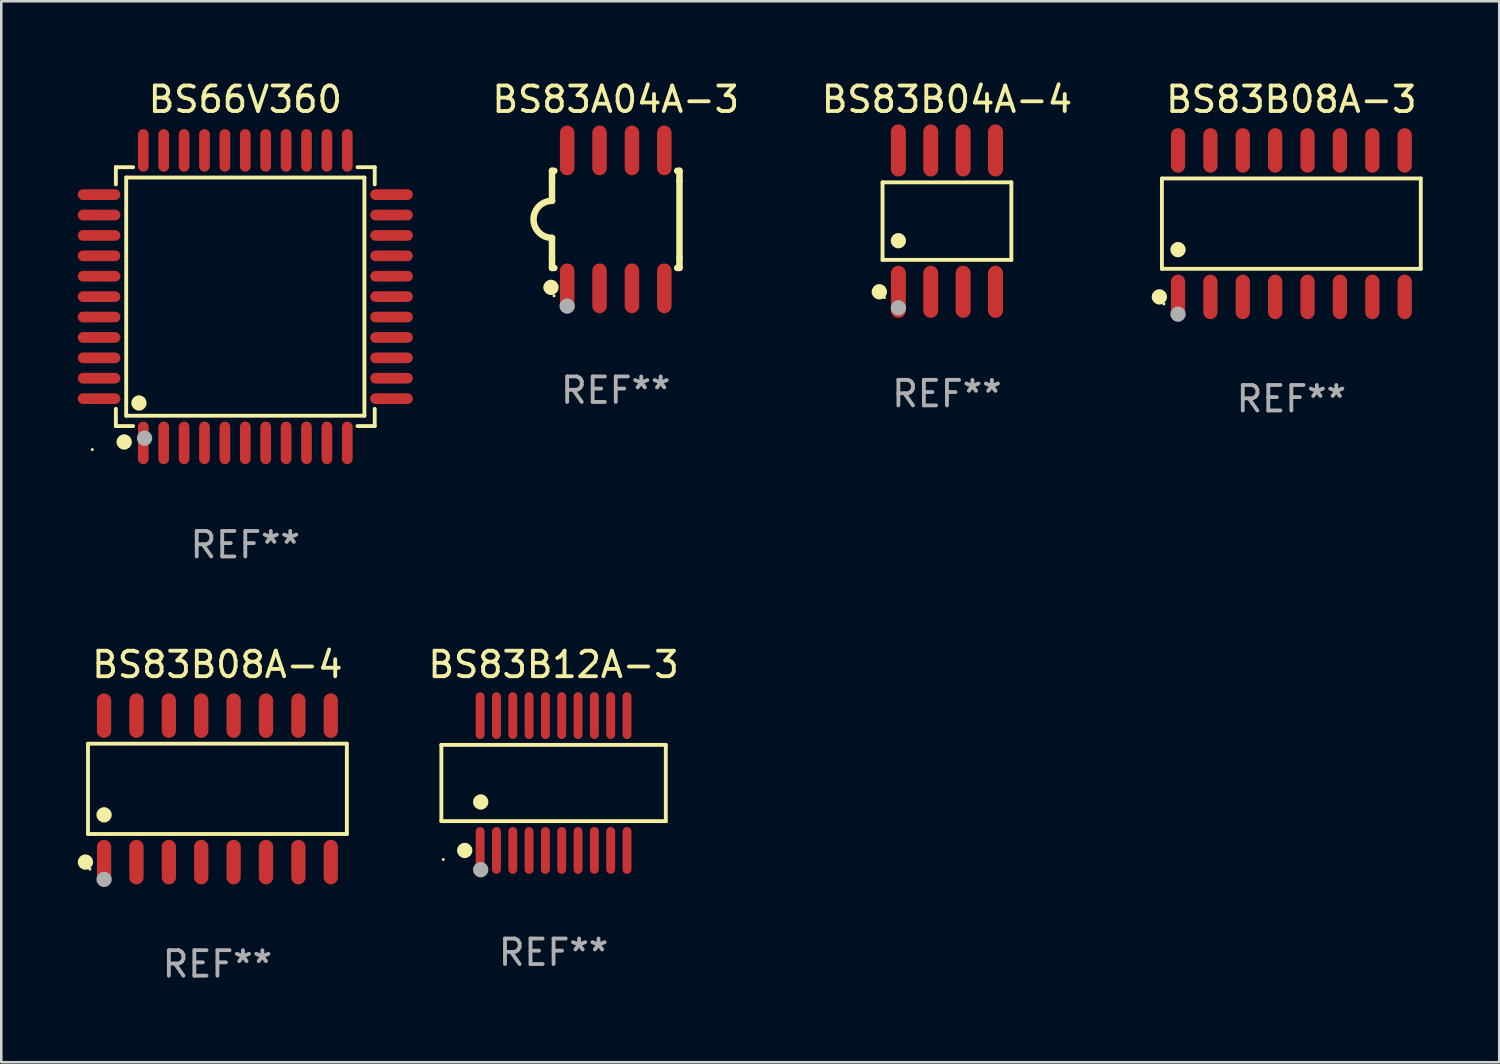
<source format=kicad_pcb>
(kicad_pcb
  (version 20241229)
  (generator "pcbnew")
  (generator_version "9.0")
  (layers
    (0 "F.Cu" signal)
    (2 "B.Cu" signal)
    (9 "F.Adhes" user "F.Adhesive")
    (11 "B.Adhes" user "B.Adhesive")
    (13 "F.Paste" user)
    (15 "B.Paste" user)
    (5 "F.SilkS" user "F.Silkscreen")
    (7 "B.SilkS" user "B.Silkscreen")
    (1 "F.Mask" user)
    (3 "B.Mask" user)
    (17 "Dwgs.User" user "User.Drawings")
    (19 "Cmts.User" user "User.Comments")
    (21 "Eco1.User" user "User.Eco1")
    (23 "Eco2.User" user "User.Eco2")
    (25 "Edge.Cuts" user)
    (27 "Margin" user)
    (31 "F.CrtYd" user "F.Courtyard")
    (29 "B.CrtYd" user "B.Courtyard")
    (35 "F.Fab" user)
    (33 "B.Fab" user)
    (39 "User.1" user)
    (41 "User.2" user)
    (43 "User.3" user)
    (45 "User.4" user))
  (footprint "BS83B08A-3"
    (layer "F.Cu")
    (at 47.594 5.721)
    (property "Reference" "BS83B08A-3" (at 0 -4.872 0) (layer "F.SilkS") (effects (font (size 1 1) (thickness 0.15))))
    (attr through_hole)
    (fp_line (start -5.076 -1.771) (end 5.076 -1.771) (stroke (width 0.152) (type solid)) (layer "F.SilkS"))
    (fp_line (start -5.076 1.771) (end -5.076 -1.771) (stroke (width 0.152) (type solid)) (layer "F.SilkS"))
    (fp_line (start 5.076 -1.771) (end 5.076 1.771) (stroke (width 0.152) (type solid)) (layer "F.SilkS"))
    (fp_line (start 5.076 1.771) (end -5.076 1.771) (stroke (width 0.152) (type solid)) (layer "F.SilkS"))
    (fp_circle (center -5.177 2.872) (end -5.027 2.872) (stroke (width 0.3) (type solid)) (fill no) (layer "F.SilkS"))
    (fp_circle (center -5 3.15) (end -4.97 3.15) (stroke (width 0.06) (type solid)) (fill no) (layer "F.SilkS"))
    (fp_circle (center -4.445 1.019) (end -4.295 1.019) (stroke (width 0.3) (type solid)) (fill no) (layer "F.SilkS"))
    (fp_circle (center -4.445 3.55) (end -4.295 3.55) (stroke (width 0.3) (type solid)) (fill no) (layer "F.Fab"))
    (fp_text user "REF**" (at 0 6.872 0) (layer "F.Fab") (effects (font (size 1 1) (thickness 0.15))))
    (pad "1" smd oval (at -4.445 2.872) (size 0.56 1.745) (layers "F.Cu" "F.Mask" "F.Paste"))
    (pad "2" smd oval (at -3.175 2.872) (size 0.56 1.745) (layers "F.Cu" "F.Mask" "F.Paste"))
    (pad "3" smd oval (at -1.905 2.872) (size 0.56 1.745) (layers "F.Cu" "F.Mask" "F.Paste"))
    (pad "4" smd oval (at -0.635 2.872) (size 0.56 1.745) (layers "F.Cu" "F.Mask" "F.Paste"))
    (pad "5" smd oval (at 0.635 2.872) (size 0.56 1.745) (layers "F.Cu" "F.Mask" "F.Paste"))
    (pad "6" smd oval (at 1.905 2.872) (size 0.56 1.745) (layers "F.Cu" "F.Mask" "F.Paste"))
    (pad "7" smd oval (at 3.175 2.872) (size 0.56 1.745) (layers "F.Cu" "F.Mask" "F.Paste"))
    (pad "8" smd oval (at 4.445 2.872) (size 0.56 1.745) (layers "F.Cu" "F.Mask" "F.Paste"))
    (pad "9" smd oval (at 4.445 -2.872) (size 0.56 1.745) (layers "F.Cu" "F.Mask" "F.Paste"))
    (pad "10" smd oval (at 3.175 -2.872) (size 0.56 1.745) (layers "F.Cu" "F.Mask" "F.Paste"))
    (pad "11" smd oval (at 1.905 -2.872) (size 0.56 1.745) (layers "F.Cu" "F.Mask" "F.Paste"))
    (pad "12" smd oval (at 0.635 -2.872) (size 0.56 1.745) (layers "F.Cu" "F.Mask" "F.Paste"))
    (pad "13" smd oval (at -0.635 -2.872) (size 0.56 1.745) (layers "F.Cu" "F.Mask" "F.Paste"))
    (pad "14" smd oval (at -1.905 -2.872) (size 0.56 1.745) (layers "F.Cu" "F.Mask" "F.Paste"))
    (pad "15" smd oval (at -3.175 -2.872) (size 0.56 1.745) (layers "F.Cu" "F.Mask" "F.Paste"))
    (pad "16" smd oval (at -4.445 -2.872) (size 0.56 1.745) (layers "F.Cu" "F.Mask" "F.Paste")))
  (footprint "BS83B08A-4"
    (layer "F.Cu")
    (at 5.477 27.887)
    (property "Reference" "BS83B08A-4" (at 0 -4.872 0) (layer "F.SilkS") (effects (font (size 1 1) (thickness 0.15))))
    (attr through_hole)
    (fp_line (start -5.076 -1.771) (end 5.076 -1.771) (stroke (width 0.152) (type solid)) (layer "F.SilkS"))
    (fp_line (start -5.076 1.771) (end -5.076 -1.771) (stroke (width 0.152) (type solid)) (layer "F.SilkS"))
    (fp_line (start 5.076 -1.771) (end 5.076 1.771) (stroke (width 0.152) (type solid)) (layer "F.SilkS"))
    (fp_line (start 5.076 1.771) (end -5.076 1.771) (stroke (width 0.152) (type solid)) (layer "F.SilkS"))
    (fp_circle (center -5.177 2.872) (end -5.027 2.872) (stroke (width 0.3) (type solid)) (fill no) (layer "F.SilkS"))
    (fp_circle (center -5 3.15) (end -4.97 3.15) (stroke (width 0.06) (type solid)) (fill no) (layer "F.SilkS"))
    (fp_circle (center -4.445 1.019) (end -4.295 1.019) (stroke (width 0.3) (type solid)) (fill no) (layer "F.SilkS"))
    (fp_circle (center -4.445 3.55) (end -4.295 3.55) (stroke (width 0.3) (type solid)) (fill no) (layer "F.Fab"))
    (fp_text user "REF**" (at 0 6.872 0) (layer "F.Fab") (effects (font (size 1 1) (thickness 0.15))))
    (pad "1" smd oval (at -4.445 2.872) (size 0.56 1.745) (layers "F.Cu" "F.Mask" "F.Paste"))
    (pad "2" smd oval (at -3.175 2.872) (size 0.56 1.745) (layers "F.Cu" "F.Mask" "F.Paste"))
    (pad "3" smd oval (at -1.905 2.872) (size 0.56 1.745) (layers "F.Cu" "F.Mask" "F.Paste"))
    (pad "4" smd oval (at -0.635 2.872) (size 0.56 1.745) (layers "F.Cu" "F.Mask" "F.Paste"))
    (pad "5" smd oval (at 0.635 2.872) (size 0.56 1.745) (layers "F.Cu" "F.Mask" "F.Paste"))
    (pad "6" smd oval (at 1.905 2.872) (size 0.56 1.745) (layers "F.Cu" "F.Mask" "F.Paste"))
    (pad "7" smd oval (at 3.175 2.872) (size 0.56 1.745) (layers "F.Cu" "F.Mask" "F.Paste"))
    (pad "8" smd oval (at 4.445 2.872) (size 0.56 1.745) (layers "F.Cu" "F.Mask" "F.Paste"))
    (pad "9" smd oval (at 4.445 -2.872) (size 0.56 1.745) (layers "F.Cu" "F.Mask" "F.Paste"))
    (pad "10" smd oval (at 3.175 -2.872) (size 0.56 1.745) (layers "F.Cu" "F.Mask" "F.Paste"))
    (pad "11" smd oval (at 1.905 -2.872) (size 0.56 1.745) (layers "F.Cu" "F.Mask" "F.Paste"))
    (pad "12" smd oval (at 0.635 -2.872) (size 0.56 1.745) (layers "F.Cu" "F.Mask" "F.Paste"))
    (pad "13" smd oval (at -0.635 -2.872) (size 0.56 1.745) (layers "F.Cu" "F.Mask" "F.Paste"))
    (pad "14" smd oval (at -1.905 -2.872) (size 0.56 1.745) (layers "F.Cu" "F.Mask" "F.Paste"))
    (pad "15" smd oval (at -3.175 -2.872) (size 0.56 1.745) (layers "F.Cu" "F.Mask" "F.Paste"))
    (pad "16" smd oval (at -4.445 -2.872) (size 0.56 1.745) (layers "F.Cu" "F.Mask" "F.Paste")))
  (footprint "BS83A04A-3"
    (layer "F.Cu")
    (at 21.098 5.553)
    (property "Reference" "BS83A04A-3" (at 0 -4.705 0) (layer "F.SilkS") (effects (font (size 1 1) (thickness 0.15))))
    (attr through_hole)
    (fp_line (start -2.5 -1.905) (end -2.409 -1.905) (stroke (width 0.254) (type solid)) (layer "F.SilkS"))
    (fp_line (start -2.5 -1.5) (end -2.5 -1.905) (stroke (width 0.254) (type solid)) (layer "F.SilkS"))
    (fp_line (start -2.5 -1.5) (end -2.5 -0.726) (stroke (width 0.254) (type solid)) (layer "F.SilkS"))
    (fp_line (start -2.5 1.5) (end -2.5 0.727) (stroke (width 0.254) (type solid)) (layer "F.SilkS"))
    (fp_line (start -2.5 1.5) (end -2.5 1.905) (stroke (width 0.254) (type solid)) (layer "F.SilkS"))
    (fp_line (start -2.5 1.905) (end -2.409 1.905) (stroke (width 0.254) (type solid)) (layer "F.SilkS"))
    (fp_line (start 2.5 -1.905) (end 2.409 -1.905) (stroke (width 0.254) (type solid)) (layer "F.SilkS"))
    (fp_line (start 2.5 -1.5) (end 2.5 -1.905) (stroke (width 0.254) (type solid)) (layer "F.SilkS"))
    (fp_line (start 2.5 -1.5) (end 2.5 1.5) (stroke (width 0.254) (type solid)) (layer "F.SilkS"))
    (fp_line (start 2.5 1.5) (end 2.5 1.905) (stroke (width 0.254) (type solid)) (layer "F.SilkS"))
    (fp_line (start 2.5 1.905) (end 2.409 1.905) (stroke (width 0.254) (type solid)) (layer "F.SilkS"))
    (fp_arc (start -2.5 0.726568) (mid -3.220316 -0.0023) (end -2.495097 -0.726289) (stroke (width 0.254001) (type solid)) (layer "F.SilkS"))
    (fp_circle (center -2.54 2.667) (end -2.39 2.667) (stroke (width 0.3) (type solid)) (fill no) (layer "F.SilkS"))
    (fp_circle (center -2.42 3) (end -2.39 3) (stroke (width 0.06) (type solid)) (fill no) (layer "F.SilkS"))
    (fp_circle (center -1.905 3.4) (end -1.755 3.4) (stroke (width 0.3) (type solid)) (fill no) (layer "F.Fab"))
    (fp_text user "REF**" (at 0 6.705 0) (layer "F.Fab") (effects (font (size 1 1) (thickness 0.15))))
    (pad "1" smd oval (at -1.905 2.705) (size 0.568 1.95) (layers "F.Cu" "F.Mask" "F.Paste"))
    (pad "2" smd oval (at -0.635 2.705) (size 0.568 1.95) (layers "F.Cu" "F.Mask" "F.Paste"))
    (pad "3" smd oval (at 0.635 2.705) (size 0.568 1.95) (layers "F.Cu" "F.Mask" "F.Paste"))
    (pad "4" smd oval (at 1.905 2.705) (size 0.568 1.95) (layers "F.Cu" "F.Mask" "F.Paste"))
    (pad "5" smd oval (at 1.905 -2.705) (size 0.568 1.95) (layers "F.Cu" "F.Mask" "F.Paste"))
    (pad "6" smd oval (at 0.635 -2.705) (size 0.568 1.95) (layers "F.Cu" "F.Mask" "F.Paste"))
    (pad "7" smd oval (at -0.635 -2.705) (size 0.568 1.95) (layers "F.Cu" "F.Mask" "F.Paste"))
    (pad "8" smd oval (at -1.905 -2.705) (size 0.568 1.95) (layers "F.Cu" "F.Mask" "F.Paste")))
  (footprint "BS83B12A-3"
    (layer "F.Cu")
    (at 18.66 27.658)
    (property "Reference" "BS83B12A-3" (at 0 -4.644 0) (layer "F.SilkS") (effects (font (size 1 1) (thickness 0.15))))
    (attr through_hole)
    (fp_line (start -4.401 -1.497) (end 4.401 -1.497) (stroke (width 0.152) (type solid)) (layer "F.SilkS"))
    (fp_line (start -4.401 1.496) (end -4.401 -1.497) (stroke (width 0.152) (type solid)) (layer "F.SilkS"))
    (fp_line (start 4.401 -1.497) (end 4.401 1.496) (stroke (width 0.152) (type solid)) (layer "F.SilkS"))
    (fp_line (start 4.401 1.496) (end -4.401 1.496) (stroke (width 0.152) (type solid)) (layer "F.SilkS"))
    (fp_circle (center -4.325 3) (end -4.295 3) (stroke (width 0.06) (type solid)) (fill no) (layer "F.SilkS"))
    (fp_circle (center -3.485 2.644) (end -3.335 2.644) (stroke (width 0.3) (type solid)) (fill no) (layer "F.SilkS"))
    (fp_circle (center -2.858 0.744) (end -2.707 0.744) (stroke (width 0.3) (type solid)) (fill no) (layer "F.SilkS"))
    (fp_circle (center -2.858 3.4) (end -2.707 3.4) (stroke (width 0.3) (type solid)) (fill no) (layer "F.Fab"))
    (fp_text user "REF**" (at 0 6.644 0) (layer "F.Fab") (effects (font (size 1 1) (thickness 0.15))))
    (pad "1" smd oval (at -2.88 2.644) (size 0.35 1.837) (layers "F.Cu" "F.Mask" "F.Paste"))
    (pad "2" smd oval (at -2.24 2.644) (size 0.35 1.837) (layers "F.Cu" "F.Mask" "F.Paste"))
    (pad "3" smd oval (at -1.6 2.644) (size 0.35 1.837) (layers "F.Cu" "F.Mask" "F.Paste"))
    (pad "4" smd oval (at -0.96 2.644) (size 0.35 1.837) (layers "F.Cu" "F.Mask" "F.Paste"))
    (pad "5" smd oval (at -0.32 2.644) (size 0.35 1.837) (layers "F.Cu" "F.Mask" "F.Paste"))
    (pad "6" smd oval (at 0.32 2.644) (size 0.35 1.837) (layers "F.Cu" "F.Mask" "F.Paste"))
    (pad "7" smd oval (at 0.96 2.644) (size 0.35 1.837) (layers "F.Cu" "F.Mask" "F.Paste"))
    (pad "8" smd oval (at 1.6 2.644) (size 0.35 1.837) (layers "F.Cu" "F.Mask" "F.Paste"))
    (pad "9" smd oval (at 2.24 2.644) (size 0.35 1.837) (layers "F.Cu" "F.Mask" "F.Paste"))
    (pad "10" smd oval (at 2.88 2.644) (size 0.35 1.837) (layers "F.Cu" "F.Mask" "F.Paste"))
    (pad "11" smd oval (at 2.88 -2.644 180) (size 0.35 1.837) (layers "F.Cu" "F.Mask" "F.Paste"))
    (pad "12" smd oval (at 2.24 -2.644 180) (size 0.35 1.837) (layers "F.Cu" "F.Mask" "F.Paste"))
    (pad "13" smd oval (at 1.6 -2.644 180) (size 0.35 1.837) (layers "F.Cu" "F.Mask" "F.Paste"))
    (pad "14" smd oval (at 0.96 -2.644 180) (size 0.35 1.837) (layers "F.Cu" "F.Mask" "F.Paste"))
    (pad "15" smd oval (at 0.32 -2.644 180) (size 0.35 1.837) (layers "F.Cu" "F.Mask" "F.Paste"))
    (pad "16" smd oval (at -0.32 -2.644 180) (size 0.35 1.837) (layers "F.Cu" "F.Mask" "F.Paste"))
    (pad "17" smd oval (at -0.96 -2.644 180) (size 0.35 1.837) (layers "F.Cu" "F.Mask" "F.Paste"))
    (pad "18" smd oval (at -1.6 -2.644 180) (size 0.35 1.837) (layers "F.Cu" "F.Mask" "F.Paste"))
    (pad "19" smd oval (at -2.24 -2.644 180) (size 0.35 1.837) (layers "F.Cu" "F.Mask" "F.Paste"))
    (pad "20" smd oval (at -2.88 -2.644 180) (size 0.35 1.837) (layers "F.Cu" "F.Mask" "F.Paste")))
  (footprint "BS83B04A-4"
    (layer "F.Cu")
    (at 34.087 5.621)
    (property "Reference" "BS83B04A-4" (at 0 -4.772 0) (layer "F.SilkS") (effects (font (size 1 1) (thickness 0.15))))
    (attr through_hole)
    (fp_line (start -2.526 -1.521) (end 2.526 -1.521) (stroke (width 0.152) (type solid)) (layer "F.SilkS"))
    (fp_line (start -2.526 1.521) (end -2.526 -1.521) (stroke (width 0.152) (type solid)) (layer "F.SilkS"))
    (fp_line (start 2.526 -1.521) (end 2.526 1.521) (stroke (width 0.152) (type solid)) (layer "F.SilkS"))
    (fp_line (start 2.526 1.521) (end -2.526 1.521) (stroke (width 0.152) (type solid)) (layer "F.SilkS"))
    (fp_circle (center -2.652 2.772) (end -2.501 2.772) (stroke (width 0.3) (type solid)) (fill no) (layer "F.SilkS"))
    (fp_circle (center -2.45 3) (end -2.42 3) (stroke (width 0.06) (type solid)) (fill no) (layer "F.SilkS"))
    (fp_circle (center -1.905 0.769) (end -1.755 0.769) (stroke (width 0.3) (type solid)) (fill no) (layer "F.SilkS"))
    (fp_circle (center -1.905 3.4) (end -1.755 3.4) (stroke (width 0.3) (type solid)) (fill no) (layer "F.Fab"))
    (fp_text user "REF**" (at 0 6.772 0) (layer "F.Fab") (effects (font (size 1 1) (thickness 0.15))))
    (pad "1" smd oval (at -1.905 2.772) (size 0.588 2.045) (layers "F.Cu" "F.Mask" "F.Paste"))
    (pad "2" smd oval (at -0.635 2.772) (size 0.588 2.045) (layers "F.Cu" "F.Mask" "F.Paste"))
    (pad "3" smd oval (at 0.635 2.772) (size 0.588 2.045) (layers "F.Cu" "F.Mask" "F.Paste"))
    (pad "4" smd oval (at 1.905 2.772) (size 0.588 2.045) (layers "F.Cu" "F.Mask" "F.Paste"))
    (pad "5" smd oval (at 1.905 -2.772) (size 0.588 2.045) (layers "F.Cu" "F.Mask" "F.Paste"))
    (pad "6" smd oval (at 0.635 -2.772) (size 0.588 2.045) (layers "F.Cu" "F.Mask" "F.Paste"))
    (pad "7" smd oval (at -0.635 -2.772) (size 0.588 2.045) (layers "F.Cu" "F.Mask" "F.Paste"))
    (pad "8" smd oval (at -1.905 -2.772) (size 0.588 2.045) (layers "F.Cu" "F.Mask" "F.Paste")))
  (footprint "BS66V360"
    (layer "F.Cu")
    (at 6.57 8.583)
    (property "Reference" "BS66V360" (at 0 -7.735 0) (layer "F.SilkS") (effects (font (size 1 1) (thickness 0.15))))
    (attr through_hole)
    (fp_line (start -5.076 -5.076) (end -4.401 -5.076) (stroke (width 0.152) (type solid)) (layer "F.SilkS"))
    (fp_line (start -5.076 -4.401) (end -5.076 -5.076) (stroke (width 0.152) (type solid)) (layer "F.SilkS"))
    (fp_line (start -5.076 4.401) (end -5.076 5.076) (stroke (width 0.152) (type solid)) (layer "F.SilkS"))
    (fp_line (start -5.076 5.076) (end -4.401 5.076) (stroke (width 0.152) (type solid)) (layer "F.SilkS"))
    (fp_line (start -4.671 -4.671) (end 4.671 -4.671) (stroke (width 0.152) (type solid)) (layer "F.SilkS"))
    (fp_line (start -4.671 4.671) (end -4.671 -4.671) (stroke (width 0.152) (type solid)) (layer "F.SilkS"))
    (fp_line (start 4.671 -4.671) (end 4.671 4.671) (stroke (width 0.152) (type solid)) (layer "F.SilkS"))
    (fp_line (start 4.671 4.671) (end -4.671 4.671) (stroke (width 0.152) (type solid)) (layer "F.SilkS"))
    (fp_line (start 5.076 -5.076) (end 4.401 -5.076) (stroke (width 0.152) (type solid)) (layer "F.SilkS"))
    (fp_line (start 5.076 -4.401) (end 5.076 -5.076) (stroke (width 0.152) (type solid)) (layer "F.SilkS"))
    (fp_line (start 5.076 4.401) (end 5.076 5.076) (stroke (width 0.152) (type solid)) (layer "F.SilkS"))
    (fp_line (start 5.076 5.076) (end 4.401 5.076) (stroke (width 0.152) (type solid)) (layer "F.SilkS"))
    (fp_circle (center -6 6) (end -5.97 6) (stroke (width 0.06) (type solid)) (fill no) (layer "F.SilkS"))
    (fp_circle (center -4.75 5.7) (end -4.6 5.7) (stroke (width 0.3) (type solid)) (fill no) (layer "F.SilkS"))
    (fp_circle (center -4.171 4.171) (end -4.021 4.171) (stroke (width 0.3) (type solid)) (fill no) (layer "F.SilkS"))
    (fp_circle (center -3.95 5.55) (end -3.8 5.55) (stroke (width 0.3) (type solid)) (fill no) (layer "F.Fab"))
    (fp_text user "REF**" (at 0 9.735 0) (layer "F.Fab") (effects (font (size 1 1) (thickness 0.15))))
    (pad "1" smd oval (at -4 5.735) (size 0.42 1.67) (layers "F.Cu" "F.Mask" "F.Paste"))
    (pad "2" smd oval (at -3.2 5.735) (size 0.42 1.67) (layers "F.Cu" "F.Mask" "F.Paste"))
    (pad "3" smd oval (at -2.4 5.735) (size 0.42 1.67) (layers "F.Cu" "F.Mask" "F.Paste"))
    (pad "4" smd oval (at -1.6 5.735) (size 0.42 1.67) (layers "F.Cu" "F.Mask" "F.Paste"))
    (pad "5" smd oval (at -0.8 5.735) (size 0.42 1.67) (layers "F.Cu" "F.Mask" "F.Paste"))
    (pad "6" smd oval (at 0 5.735) (size 0.42 1.67) (layers "F.Cu" "F.Mask" "F.Paste"))
    (pad "7" smd oval (at 0.8 5.735) (size 0.42 1.67) (layers "F.Cu" "F.Mask" "F.Paste"))
    (pad "8" smd oval (at 1.6 5.735) (size 0.42 1.67) (layers "F.Cu" "F.Mask" "F.Paste"))
    (pad "9" smd oval (at 2.4 5.735) (size 0.42 1.67) (layers "F.Cu" "F.Mask" "F.Paste"))
    (pad "10" smd oval (at 3.2 5.735) (size 0.42 1.67) (layers "F.Cu" "F.Mask" "F.Paste"))
    (pad "11" smd oval (at 4 5.735) (size 0.42 1.67) (layers "F.Cu" "F.Mask" "F.Paste"))
    (pad "12" smd oval (at 5.735 4) (size 1.67 0.42) (layers "F.Cu" "F.Mask" "F.Paste"))
    (pad "13" smd oval (at 5.735 3.2) (size 1.67 0.42) (layers "F.Cu" "F.Mask" "F.Paste"))
    (pad "14" smd oval (at 5.735 2.4) (size 1.67 0.42) (layers "F.Cu" "F.Mask" "F.Paste"))
    (pad "15" smd oval (at 5.735 1.6) (size 1.67 0.42) (layers "F.Cu" "F.Mask" "F.Paste"))
    (pad "16" smd oval (at 5.735 0.8) (size 1.67 0.42) (layers "F.Cu" "F.Mask" "F.Paste"))
    (pad "17" smd oval (at 5.735 0) (size 1.67 0.42) (layers "F.Cu" "F.Mask" "F.Paste"))
    (pad "18" smd oval (at 5.735 -0.8) (size 1.67 0.42) (layers "F.Cu" "F.Mask" "F.Paste"))
    (pad "19" smd oval (at 5.735 -1.6) (size 1.67 0.42) (layers "F.Cu" "F.Mask" "F.Paste"))
    (pad "20" smd oval (at 5.735 -2.4) (size 1.67 0.42) (layers "F.Cu" "F.Mask" "F.Paste"))
    (pad "21" smd oval (at 5.735 -3.2) (size 1.67 0.42) (layers "F.Cu" "F.Mask" "F.Paste"))
    (pad "22" smd oval (at 5.735 -4) (size 1.67 0.42) (layers "F.Cu" "F.Mask" "F.Paste"))
    (pad "23" smd oval (at 4 -5.735) (size 0.42 1.67) (layers "F.Cu" "F.Mask" "F.Paste"))
    (pad "24" smd oval (at 3.2 -5.735) (size 0.42 1.67) (layers "F.Cu" "F.Mask" "F.Paste"))
    (pad "25" smd oval (at 2.4 -5.735) (size 0.42 1.67) (layers "F.Cu" "F.Mask" "F.Paste"))
    (pad "26" smd oval (at 1.6 -5.735) (size 0.42 1.67) (layers "F.Cu" "F.Mask" "F.Paste"))
    (pad "27" smd oval (at 0.8 -5.735) (size 0.42 1.67) (layers "F.Cu" "F.Mask" "F.Paste"))
    (pad "28" smd oval (at 0 -5.735) (size 0.42 1.67) (layers "F.Cu" "F.Mask" "F.Paste"))
    (pad "29" smd oval (at -0.8 -5.735) (size 0.42 1.67) (layers "F.Cu" "F.Mask" "F.Paste"))
    (pad "30" smd oval (at -1.6 -5.735) (size 0.42 1.67) (layers "F.Cu" "F.Mask" "F.Paste"))
    (pad "31" smd oval (at -2.4 -5.735) (size 0.42 1.67) (layers "F.Cu" "F.Mask" "F.Paste"))
    (pad "32" smd oval (at -3.2 -5.735) (size 0.42 1.67) (layers "F.Cu" "F.Mask" "F.Paste"))
    (pad "33" smd oval (at -4 -5.735) (size 0.42 1.67) (layers "F.Cu" "F.Mask" "F.Paste"))
    (pad "34" smd oval (at -5.735 -4) (size 1.67 0.42) (layers "F.Cu" "F.Mask" "F.Paste"))
    (pad "35" smd oval (at -5.735 -3.2) (size 1.67 0.42) (layers "F.Cu" "F.Mask" "F.Paste"))
    (pad "36" smd oval (at -5.735 -2.4) (size 1.67 0.42) (layers "F.Cu" "F.Mask" "F.Paste"))
    (pad "37" smd oval (at -5.735 -1.6) (size 1.67 0.42) (layers "F.Cu" "F.Mask" "F.Paste"))
    (pad "38" smd oval (at -5.735 -0.8) (size 1.67 0.42) (layers "F.Cu" "F.Mask" "F.Paste"))
    (pad "39" smd oval (at -5.735 0) (size 1.67 0.42) (layers "F.Cu" "F.Mask" "F.Paste"))
    (pad "40" smd oval (at -5.735 0.8) (size 1.67 0.42) (layers "F.Cu" "F.Mask" "F.Paste"))
    (pad "41" smd oval (at -5.735 1.6) (size 1.67 0.42) (layers "F.Cu" "F.Mask" "F.Paste"))
    (pad "42" smd oval (at -5.735 2.4) (size 1.67 0.42) (layers "F.Cu" "F.Mask" "F.Paste"))
    (pad "43" smd oval (at -5.735 3.2) (size 1.67 0.42) (layers "F.Cu" "F.Mask" "F.Paste"))
    (pad "44" smd oval (at -5.735 4) (size 1.67 0.42) (layers "F.Cu" "F.Mask" "F.Paste")))
  (gr_rect
    (start -3 -3)
    (end 55.746 38.608)
    (stroke (width 0.1) (type default))
    (fill no)
    (layer "Edge.Cuts")))
</source>
